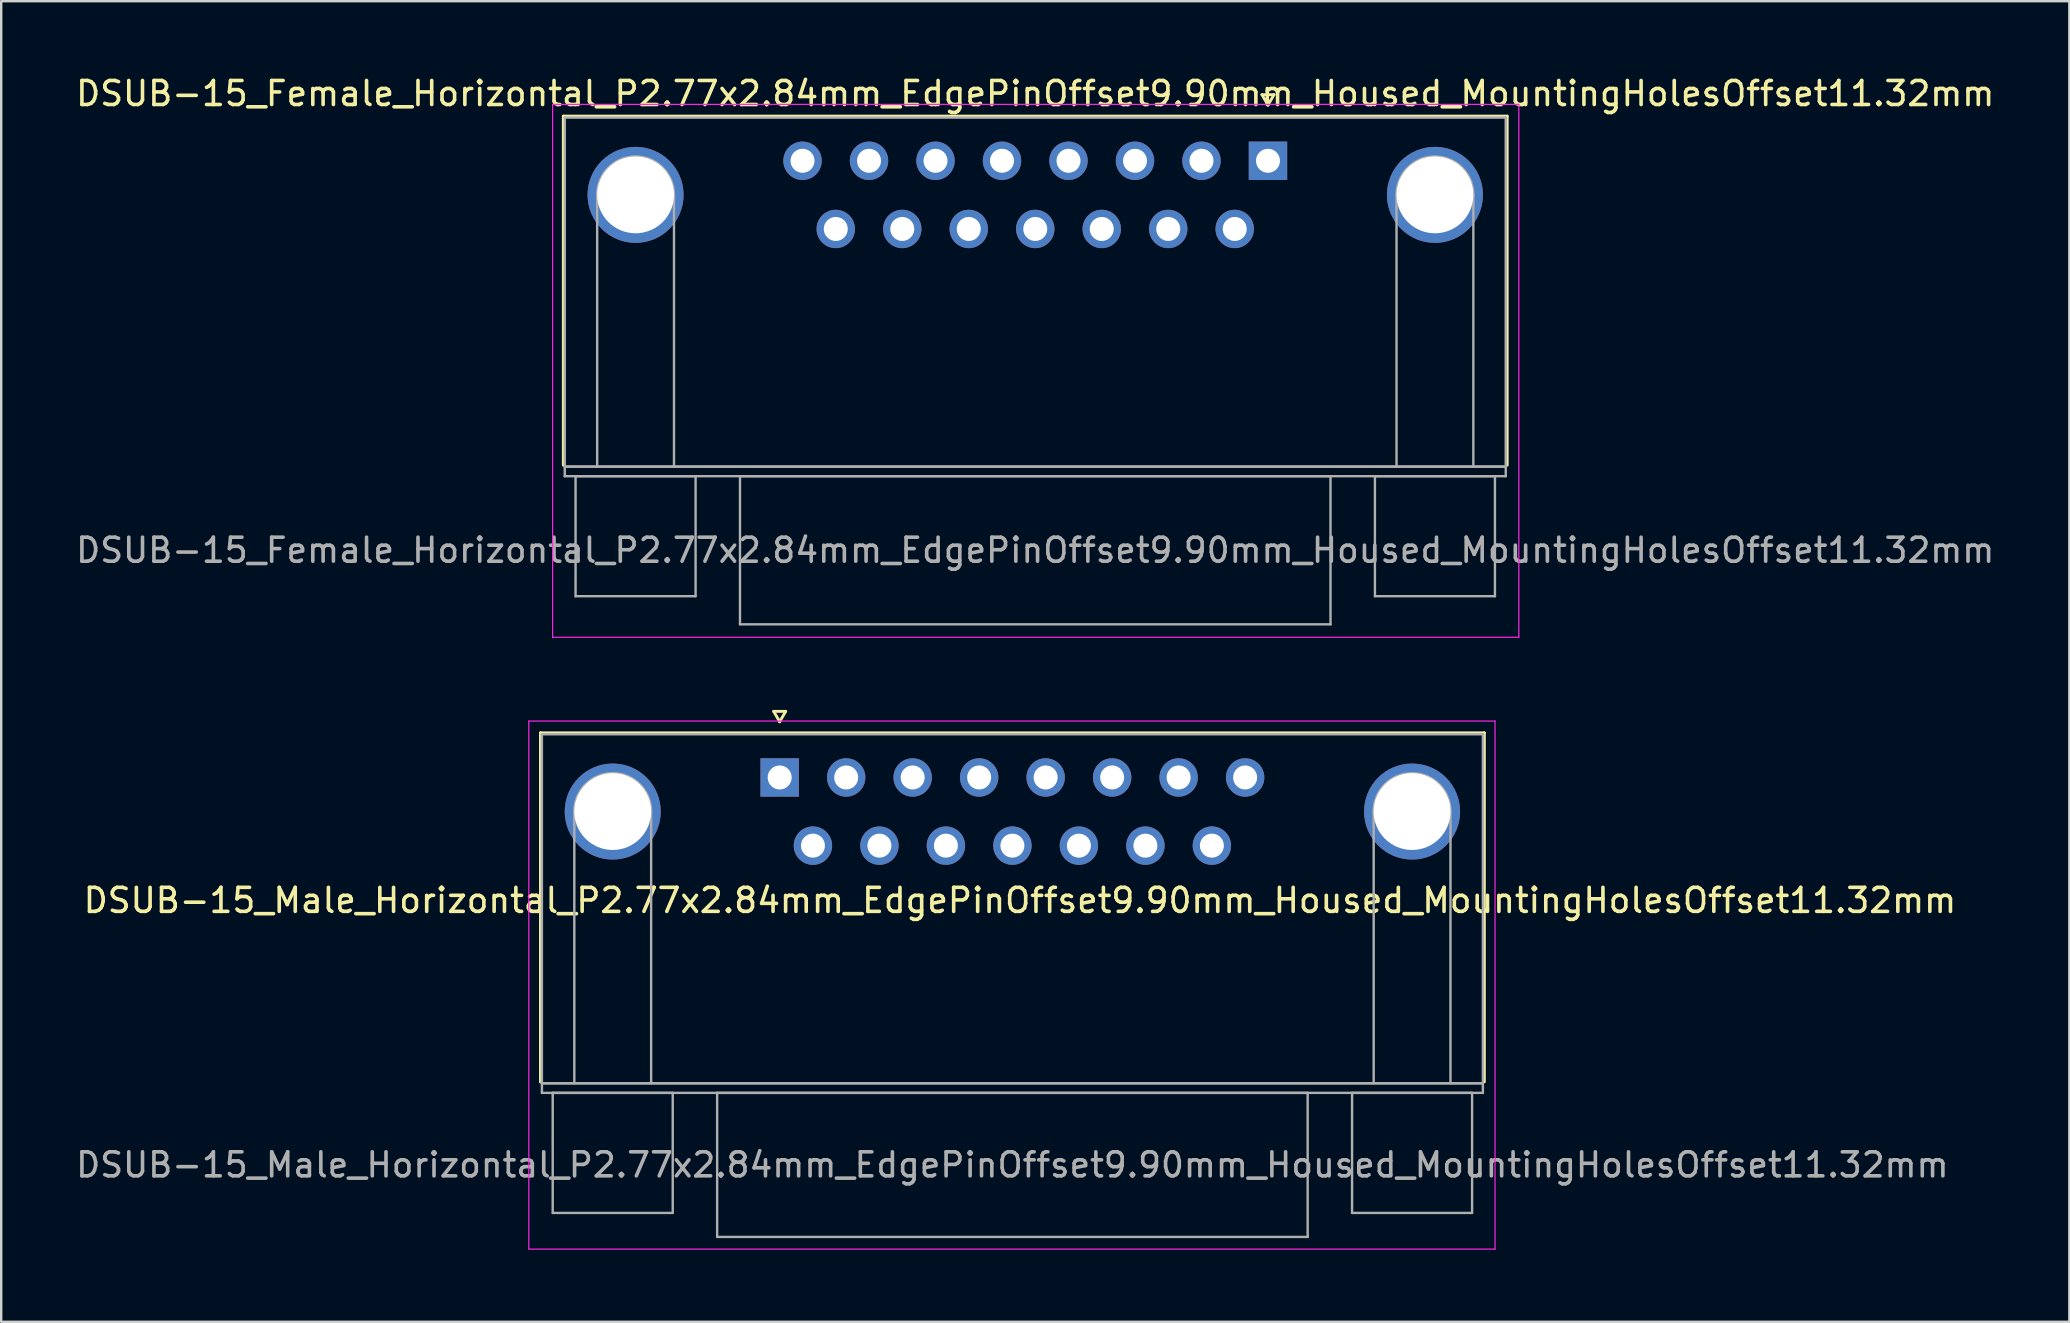
<source format=kicad_pcb>
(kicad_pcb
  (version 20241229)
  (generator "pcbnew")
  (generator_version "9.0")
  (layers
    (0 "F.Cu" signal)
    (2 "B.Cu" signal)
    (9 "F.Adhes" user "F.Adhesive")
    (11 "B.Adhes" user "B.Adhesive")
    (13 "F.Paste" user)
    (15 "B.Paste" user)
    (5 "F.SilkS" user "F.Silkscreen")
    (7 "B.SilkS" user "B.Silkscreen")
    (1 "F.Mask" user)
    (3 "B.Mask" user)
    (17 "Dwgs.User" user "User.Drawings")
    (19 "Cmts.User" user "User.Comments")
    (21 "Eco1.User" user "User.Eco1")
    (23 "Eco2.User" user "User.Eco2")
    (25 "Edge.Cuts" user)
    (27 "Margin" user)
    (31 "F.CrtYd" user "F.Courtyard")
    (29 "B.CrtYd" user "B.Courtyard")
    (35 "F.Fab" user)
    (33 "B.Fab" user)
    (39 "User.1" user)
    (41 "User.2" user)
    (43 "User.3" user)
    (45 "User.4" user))
  (footprint "DSUB-15_Male_Horizontal_P2.77x2.84mm_EdgePinOffset9.90mm_Housed_MountingHolesOffset11.32mm"
    (layer "F.Cu")
    (at 29.43 29.338)
    (property "Reference" "DSUB-15_Male_Horizontal_P2.77x2.84mm_EdgePinOffset9.90mm_Housed_MountingHolesOffset11.32mm" (at 10.01 5.123 0) (layer "F.SilkS") (effects (font (size 1 1) (thickness 0.15))))
    (attr through_hole)
    (fp_line (start -9.965 -1.86) (end 29.355 -1.86) (stroke (width 0.12) (type solid)) (layer "F.SilkS"))
    (fp_line (start -9.965 12.68) (end -9.965 -1.86) (stroke (width 0.12) (type solid)) (layer "F.SilkS"))
    (fp_line (start -0.25 -2.754) (end 0.25 -2.754) (stroke (width 0.12) (type solid)) (layer "F.SilkS"))
    (fp_line (start 0 -2.321) (end -0.25 -2.754) (stroke (width 0.12) (type solid)) (layer "F.SilkS"))
    (fp_line (start 0.25 -2.754) (end 0 -2.321) (stroke (width 0.12) (type solid)) (layer "F.SilkS"))
    (fp_line (start 29.355 -1.86) (end 29.355 12.68) (stroke (width 0.12) (type solid)) (layer "F.SilkS"))
    (fp_line (start -10.45 -2.35) (end -10.45 19.65) (stroke (width 0.05) (type solid)) (layer "F.CrtYd"))
    (fp_line (start -10.45 19.65) (end 29.8 19.65) (stroke (width 0.05) (type solid)) (layer "F.CrtYd"))
    (fp_line (start 29.8 -2.35) (end -10.45 -2.35) (stroke (width 0.05) (type solid)) (layer "F.CrtYd"))
    (fp_line (start 29.8 19.65) (end 29.8 -2.35) (stroke (width 0.05) (type solid)) (layer "F.CrtYd"))
    (fp_line (start -9.905 -1.8) (end -9.905 12.74) (stroke (width 0.1) (type solid)) (layer "F.Fab"))
    (fp_line (start -9.905 12.74) (end -9.905 13.14) (stroke (width 0.1) (type solid)) (layer "F.Fab"))
    (fp_line (start -9.905 12.74) (end 29.295 12.74) (stroke (width 0.1) (type solid)) (layer "F.Fab"))
    (fp_line (start -9.905 13.14) (end 29.295 13.14) (stroke (width 0.1) (type solid)) (layer "F.Fab"))
    (fp_line (start -9.455 13.14) (end -9.455 18.14) (stroke (width 0.1) (type solid)) (layer "F.Fab"))
    (fp_line (start -9.455 18.14) (end -4.455 18.14) (stroke (width 0.1) (type solid)) (layer "F.Fab"))
    (fp_line (start -8.555 12.74) (end -8.555 1.42) (stroke (width 0.1) (type solid)) (layer "F.Fab"))
    (fp_line (start -5.355 12.74) (end -5.355 1.42) (stroke (width 0.1) (type solid)) (layer "F.Fab"))
    (fp_line (start -4.455 13.14) (end -9.455 13.14) (stroke (width 0.1) (type solid)) (layer "F.Fab"))
    (fp_line (start -4.455 18.14) (end -4.455 13.14) (stroke (width 0.1) (type solid)) (layer "F.Fab"))
    (fp_line (start -2.605 13.14) (end -2.605 19.14) (stroke (width 0.1) (type solid)) (layer "F.Fab"))
    (fp_line (start -2.605 19.14) (end 21.995 19.14) (stroke (width 0.1) (type solid)) (layer "F.Fab"))
    (fp_line (start 21.995 13.14) (end -2.605 13.14) (stroke (width 0.1) (type solid)) (layer "F.Fab"))
    (fp_line (start 21.995 19.14) (end 21.995 13.14) (stroke (width 0.1) (type solid)) (layer "F.Fab"))
    (fp_line (start 23.845 13.14) (end 23.845 18.14) (stroke (width 0.1) (type solid)) (layer "F.Fab"))
    (fp_line (start 23.845 18.14) (end 28.845 18.14) (stroke (width 0.1) (type solid)) (layer "F.Fab"))
    (fp_line (start 24.745 12.74) (end 24.745 1.42) (stroke (width 0.1) (type solid)) (layer "F.Fab"))
    (fp_line (start 27.945 12.74) (end 27.945 1.42) (stroke (width 0.1) (type solid)) (layer "F.Fab"))
    (fp_line (start 28.845 13.14) (end 23.845 13.14) (stroke (width 0.1) (type solid)) (layer "F.Fab"))
    (fp_line (start 28.845 18.14) (end 28.845 13.14) (stroke (width 0.1) (type solid)) (layer "F.Fab"))
    (fp_line (start 29.295 -1.8) (end -9.905 -1.8) (stroke (width 0.1) (type solid)) (layer "F.Fab"))
    (fp_line (start 29.295 12.74) (end -9.905 12.74) (stroke (width 0.1) (type solid)) (layer "F.Fab"))
    (fp_line (start 29.295 12.74) (end 29.295 -1.8) (stroke (width 0.1) (type solid)) (layer "F.Fab"))
    (fp_line (start 29.295 13.14) (end 29.295 12.74) (stroke (width 0.1) (type solid)) (layer "F.Fab"))
    (fp_arc (start -8.555 1.42) (mid -6.955 -0.18) (end -5.355 1.42) (stroke (width 0.1) (type solid)) (layer "F.Fab"))
    (fp_arc (start 24.745 1.42) (mid 26.345 -0.18) (end 27.945 1.42) (stroke (width 0.1) (type solid)) (layer "F.Fab"))
    (fp_text user "${REFERENCE}" (at 9.695 16.14 0) (layer "F.Fab") (effects (font (size 1 1) (thickness 0.15))))
    (pad "0" thru_hole circle (at -6.955 1.42) (size 4 4) (drill 3.2) (layers "*.Cu" "*.Mask"))
    (pad "0" thru_hole circle (at 26.345 1.42) (size 4 4) (drill 3.2) (layers "*.Cu" "*.Mask"))
    (pad "1" thru_hole rect (at 0 0) (size 1.6 1.6) (drill 1) (layers "*.Cu" "*.Mask"))
    (pad "2" thru_hole circle (at 2.77 0) (size 1.6 1.6) (drill 1) (layers "*.Cu" "*.Mask"))
    (pad "3" thru_hole circle (at 5.54 0) (size 1.6 1.6) (drill 1) (layers "*.Cu" "*.Mask"))
    (pad "4" thru_hole circle (at 8.31 0) (size 1.6 1.6) (drill 1) (layers "*.Cu" "*.Mask"))
    (pad "5" thru_hole circle (at 11.08 0) (size 1.6 1.6) (drill 1) (layers "*.Cu" "*.Mask"))
    (pad "6" thru_hole circle (at 13.85 0) (size 1.6 1.6) (drill 1) (layers "*.Cu" "*.Mask"))
    (pad "7" thru_hole circle (at 16.62 0) (size 1.6 1.6) (drill 1) (layers "*.Cu" "*.Mask"))
    (pad "8" thru_hole circle (at 19.39 0) (size 1.6 1.6) (drill 1) (layers "*.Cu" "*.Mask"))
    (pad "9" thru_hole circle (at 1.385 2.84) (size 1.6 1.6) (drill 1) (layers "*.Cu" "*.Mask"))
    (pad "10" thru_hole circle (at 4.155 2.84) (size 1.6 1.6) (drill 1) (layers "*.Cu" "*.Mask"))
    (pad "11" thru_hole circle (at 6.925 2.84) (size 1.6 1.6) (drill 1) (layers "*.Cu" "*.Mask"))
    (pad "12" thru_hole circle (at 9.695 2.84) (size 1.6 1.6) (drill 1) (layers "*.Cu" "*.Mask"))
    (pad "13" thru_hole circle (at 12.465 2.84) (size 1.6 1.6) (drill 1) (layers "*.Cu" "*.Mask"))
    (pad "14" thru_hole circle (at 15.235 2.84) (size 1.6 1.6) (drill 1) (layers "*.Cu" "*.Mask"))
    (pad "15" thru_hole circle (at 18.005 2.84) (size 1.6 1.6) (drill 1) (layers "*.Cu" "*.Mask")))
  (footprint "DSUB-15_Female_Horizontal_P2.77x2.84mm_EdgePinOffset9.90mm_Housed_MountingHolesOffset11.32mm"
    (layer "F.Cu")
    (at 49.772 3.648)
    (property "Reference" "DSUB-15_Female_Horizontal_P2.77x2.84mm_EdgePinOffset9.90mm_Housed_MountingHolesOffset11.32mm" (at -9.695 -2.8 0) (layer "F.SilkS") (effects (font (size 1 1) (thickness 0.15))))
    (attr through_hole)
    (fp_line (start -29.355 -1.86) (end 9.965 -1.86) (stroke (width 0.12) (type solid)) (layer "F.SilkS"))
    (fp_line (start -29.355 12.68) (end -29.355 -1.86) (stroke (width 0.12) (type solid)) (layer "F.SilkS"))
    (fp_line (start -0.25 -2.754) (end 0.25 -2.754) (stroke (width 0.12) (type solid)) (layer "F.SilkS"))
    (fp_line (start 0 -2.321) (end -0.25 -2.754) (stroke (width 0.12) (type solid)) (layer "F.SilkS"))
    (fp_line (start 0.25 -2.754) (end 0 -2.321) (stroke (width 0.12) (type solid)) (layer "F.SilkS"))
    (fp_line (start 9.965 -1.86) (end 9.965 12.68) (stroke (width 0.12) (type solid)) (layer "F.SilkS"))
    (fp_line (start -29.8 -2.35) (end -29.8 19.85) (stroke (width 0.05) (type solid)) (layer "F.CrtYd"))
    (fp_line (start -29.8 19.85) (end 10.45 19.85) (stroke (width 0.05) (type solid)) (layer "F.CrtYd"))
    (fp_line (start 10.45 -2.35) (end -29.8 -2.35) (stroke (width 0.05) (type solid)) (layer "F.CrtYd"))
    (fp_line (start 10.45 19.85) (end 10.45 -2.35) (stroke (width 0.05) (type solid)) (layer "F.CrtYd"))
    (fp_line (start -29.295 -1.8) (end -29.295 12.74) (stroke (width 0.1) (type solid)) (layer "F.Fab"))
    (fp_line (start -29.295 12.74) (end -29.295 13.14) (stroke (width 0.1) (type solid)) (layer "F.Fab"))
    (fp_line (start -29.295 12.74) (end 9.905 12.74) (stroke (width 0.1) (type solid)) (layer "F.Fab"))
    (fp_line (start -29.295 13.14) (end 9.905 13.14) (stroke (width 0.1) (type solid)) (layer "F.Fab"))
    (fp_line (start -28.845 13.14) (end -28.845 18.14) (stroke (width 0.1) (type solid)) (layer "F.Fab"))
    (fp_line (start -28.845 18.14) (end -23.845 18.14) (stroke (width 0.1) (type solid)) (layer "F.Fab"))
    (fp_line (start -27.945 12.74) (end -27.945 1.42) (stroke (width 0.1) (type solid)) (layer "F.Fab"))
    (fp_line (start -24.745 12.74) (end -24.745 1.42) (stroke (width 0.1) (type solid)) (layer "F.Fab"))
    (fp_line (start -23.845 13.14) (end -28.845 13.14) (stroke (width 0.1) (type solid)) (layer "F.Fab"))
    (fp_line (start -23.845 18.14) (end -23.845 13.14) (stroke (width 0.1) (type solid)) (layer "F.Fab"))
    (fp_line (start -21.995 13.14) (end -21.995 19.31) (stroke (width 0.1) (type solid)) (layer "F.Fab"))
    (fp_line (start -21.995 19.31) (end 2.605 19.31) (stroke (width 0.1) (type solid)) (layer "F.Fab"))
    (fp_line (start 2.605 13.14) (end -21.995 13.14) (stroke (width 0.1) (type solid)) (layer "F.Fab"))
    (fp_line (start 2.605 19.31) (end 2.605 13.14) (stroke (width 0.1) (type solid)) (layer "F.Fab"))
    (fp_line (start 4.455 13.14) (end 4.455 18.14) (stroke (width 0.1) (type solid)) (layer "F.Fab"))
    (fp_line (start 4.455 18.14) (end 9.455 18.14) (stroke (width 0.1) (type solid)) (layer "F.Fab"))
    (fp_line (start 5.355 12.74) (end 5.355 1.42) (stroke (width 0.1) (type solid)) (layer "F.Fab"))
    (fp_line (start 8.555 12.74) (end 8.555 1.42) (stroke (width 0.1) (type solid)) (layer "F.Fab"))
    (fp_line (start 9.455 13.14) (end 4.455 13.14) (stroke (width 0.1) (type solid)) (layer "F.Fab"))
    (fp_line (start 9.455 18.14) (end 9.455 13.14) (stroke (width 0.1) (type solid)) (layer "F.Fab"))
    (fp_line (start 9.905 -1.8) (end -29.295 -1.8) (stroke (width 0.1) (type solid)) (layer "F.Fab"))
    (fp_line (start 9.905 12.74) (end -29.295 12.74) (stroke (width 0.1) (type solid)) (layer "F.Fab"))
    (fp_line (start 9.905 12.74) (end 9.905 -1.8) (stroke (width 0.1) (type solid)) (layer "F.Fab"))
    (fp_line (start 9.905 13.14) (end 9.905 12.74) (stroke (width 0.1) (type solid)) (layer "F.Fab"))
    (fp_arc (start -27.945 1.42) (mid -26.345 -0.18) (end -24.745 1.42) (stroke (width 0.1) (type solid)) (layer "F.Fab"))
    (fp_arc (start 5.355 1.42) (mid 6.955 -0.18) (end 8.555 1.42) (stroke (width 0.1) (type solid)) (layer "F.Fab"))
    (fp_text user "${REFERENCE}" (at -9.695 16.225 0) (layer "F.Fab") (effects (font (size 1 1) (thickness 0.15))))
    (pad "0" thru_hole circle (at -26.345 1.42) (size 4 4) (drill 3.2) (layers "*.Cu" "*.Mask"))
    (pad "0" thru_hole circle (at 6.955 1.42) (size 4 4) (drill 3.2) (layers "*.Cu" "*.Mask"))
    (pad "1" thru_hole rect (at 0 0) (size 1.6 1.6) (drill 1) (layers "*.Cu" "*.Mask"))
    (pad "2" thru_hole circle (at -2.77 0) (size 1.6 1.6) (drill 1) (layers "*.Cu" "*.Mask"))
    (pad "3" thru_hole circle (at -5.54 0) (size 1.6 1.6) (drill 1) (layers "*.Cu" "*.Mask"))
    (pad "4" thru_hole circle (at -8.31 0) (size 1.6 1.6) (drill 1) (layers "*.Cu" "*.Mask"))
    (pad "5" thru_hole circle (at -11.08 0) (size 1.6 1.6) (drill 1) (layers "*.Cu" "*.Mask"))
    (pad "6" thru_hole circle (at -13.85 0) (size 1.6 1.6) (drill 1) (layers "*.Cu" "*.Mask"))
    (pad "7" thru_hole circle (at -16.62 0) (size 1.6 1.6) (drill 1) (layers "*.Cu" "*.Mask"))
    (pad "8" thru_hole circle (at -19.39 0) (size 1.6 1.6) (drill 1) (layers "*.Cu" "*.Mask"))
    (pad "9" thru_hole circle (at -1.385 2.84) (size 1.6 1.6) (drill 1) (layers "*.Cu" "*.Mask"))
    (pad "10" thru_hole circle (at -4.155 2.84) (size 1.6 1.6) (drill 1) (layers "*.Cu" "*.Mask"))
    (pad "11" thru_hole circle (at -6.925 2.84) (size 1.6 1.6) (drill 1) (layers "*.Cu" "*.Mask"))
    (pad "12" thru_hole circle (at -9.695 2.84) (size 1.6 1.6) (drill 1) (layers "*.Cu" "*.Mask"))
    (pad "13" thru_hole circle (at -12.465 2.84) (size 1.6 1.6) (drill 1) (layers "*.Cu" "*.Mask"))
    (pad "14" thru_hole circle (at -15.235 2.84) (size 1.6 1.6) (drill 1) (layers "*.Cu" "*.Mask"))
    (pad "15" thru_hole circle (at -18.005 2.84) (size 1.6 1.6) (drill 1) (layers "*.Cu" "*.Mask")))
  (gr_rect
    (start -3 -3)
    (end 83.155 52.013)
    (stroke (width 0.1) (type default))
    (fill no)
    (layer "Edge.Cuts")))
</source>
